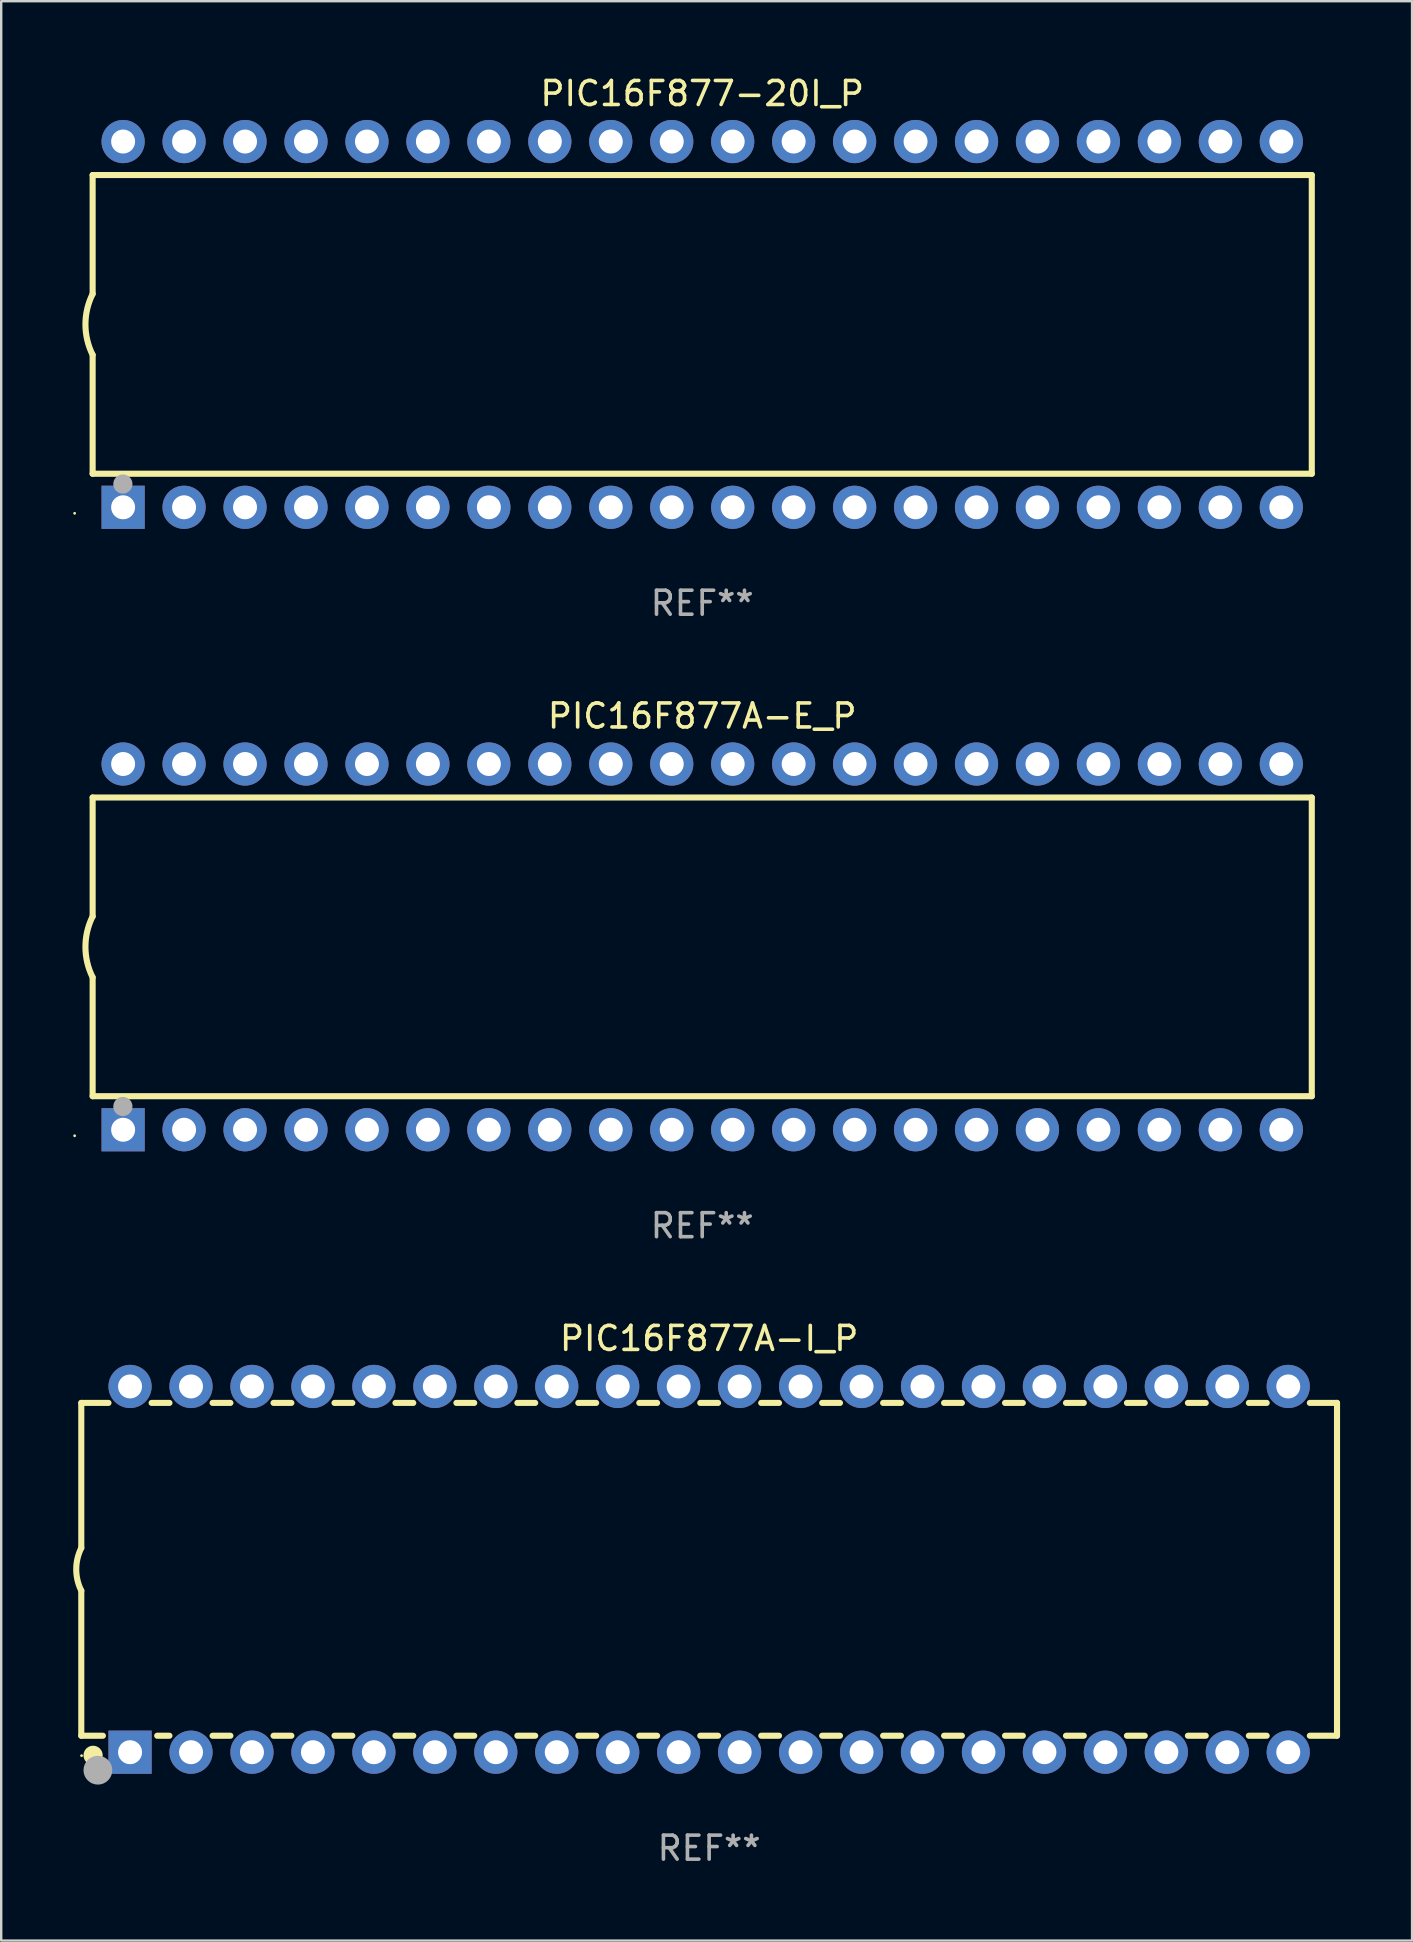
<source format=kicad_pcb>
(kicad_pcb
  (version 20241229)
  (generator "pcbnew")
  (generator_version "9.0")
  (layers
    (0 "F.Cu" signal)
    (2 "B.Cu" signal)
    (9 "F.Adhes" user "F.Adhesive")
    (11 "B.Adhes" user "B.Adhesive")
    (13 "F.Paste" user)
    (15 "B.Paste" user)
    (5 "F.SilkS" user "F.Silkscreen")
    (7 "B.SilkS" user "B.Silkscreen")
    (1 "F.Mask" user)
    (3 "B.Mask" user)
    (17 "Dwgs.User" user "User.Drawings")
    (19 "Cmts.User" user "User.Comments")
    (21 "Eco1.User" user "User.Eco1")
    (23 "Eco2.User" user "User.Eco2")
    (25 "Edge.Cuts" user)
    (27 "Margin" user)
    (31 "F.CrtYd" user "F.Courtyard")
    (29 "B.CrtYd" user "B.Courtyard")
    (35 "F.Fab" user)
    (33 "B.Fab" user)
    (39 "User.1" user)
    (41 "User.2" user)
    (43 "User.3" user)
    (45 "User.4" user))
  (footprint "PIC16F877A-I_P"
    (layer "F.Cu")
    (at 26.499 62.341)
    (property "Reference" "PIC16F877A-I_P" (at 0 -9.62 0) (layer "F.SilkS") (effects (font (size 1 1) (thickness 0.15))))
    (attr through_hole)
    (fp_line (start -26.162 -6.934) (end -26.162 -0.889) (stroke (width 0.254) (type solid)) (layer "F.SilkS"))
    (fp_line (start -26.162 -6.934) (end -25.029 -6.934) (stroke (width 0.254) (type solid)) (layer "F.SilkS"))
    (fp_line (start -26.162 6.934) (end -26.162 0.889) (stroke (width 0.254) (type solid)) (layer "F.SilkS"))
    (fp_line (start -26.162 6.934) (end -25.261 6.934) (stroke (width 0.254) (type solid)) (layer "F.SilkS"))
    (fp_line (start -23.231 -6.934) (end -22.489 -6.934) (stroke (width 0.254) (type solid)) (layer "F.SilkS"))
    (fp_line (start -22.999 6.934) (end -22.489 6.934) (stroke (width 0.254) (type solid)) (layer "F.SilkS"))
    (fp_line (start -20.691 -6.934) (end -19.949 -6.934) (stroke (width 0.254) (type solid)) (layer "F.SilkS"))
    (fp_line (start -20.691 6.934) (end -19.949 6.934) (stroke (width 0.254) (type solid)) (layer "F.SilkS"))
    (fp_line (start -18.151 -6.934) (end -17.409 -6.934) (stroke (width 0.254) (type solid)) (layer "F.SilkS"))
    (fp_line (start -18.151 6.934) (end -17.409 6.934) (stroke (width 0.254) (type solid)) (layer "F.SilkS"))
    (fp_line (start -15.611 -6.934) (end -14.869 -6.934) (stroke (width 0.254) (type solid)) (layer "F.SilkS"))
    (fp_line (start -15.611 6.934) (end -14.869 6.934) (stroke (width 0.254) (type solid)) (layer "F.SilkS"))
    (fp_line (start -13.071 -6.934) (end -12.329 -6.934) (stroke (width 0.254) (type solid)) (layer "F.SilkS"))
    (fp_line (start -13.071 6.934) (end -12.329 6.934) (stroke (width 0.254) (type solid)) (layer "F.SilkS"))
    (fp_line (start -10.531 -6.934) (end -9.789 -6.934) (stroke (width 0.254) (type solid)) (layer "F.SilkS"))
    (fp_line (start -10.531 6.934) (end -9.789 6.934) (stroke (width 0.254) (type solid)) (layer "F.SilkS"))
    (fp_line (start -7.991 -6.934) (end -7.249 -6.934) (stroke (width 0.254) (type solid)) (layer "F.SilkS"))
    (fp_line (start -7.991 6.934) (end -7.249 6.934) (stroke (width 0.254) (type solid)) (layer "F.SilkS"))
    (fp_line (start -5.451 -6.934) (end -4.709 -6.934) (stroke (width 0.254) (type solid)) (layer "F.SilkS"))
    (fp_line (start -5.451 6.934) (end -4.709 6.934) (stroke (width 0.254) (type solid)) (layer "F.SilkS"))
    (fp_line (start -2.911 -6.934) (end -2.169 -6.934) (stroke (width 0.254) (type solid)) (layer "F.SilkS"))
    (fp_line (start -2.911 6.934) (end -2.169 6.934) (stroke (width 0.254) (type solid)) (layer "F.SilkS"))
    (fp_line (start -0.371 -6.934) (end 0.371 -6.934) (stroke (width 0.254) (type solid)) (layer "F.SilkS"))
    (fp_line (start -0.371 6.934) (end 0.371 6.934) (stroke (width 0.254) (type solid)) (layer "F.SilkS"))
    (fp_line (start 2.169 -6.934) (end 2.911 -6.934) (stroke (width 0.254) (type solid)) (layer "F.SilkS"))
    (fp_line (start 2.169 6.934) (end 2.911 6.934) (stroke (width 0.254) (type solid)) (layer "F.SilkS"))
    (fp_line (start 4.709 -6.934) (end 5.451 -6.934) (stroke (width 0.254) (type solid)) (layer "F.SilkS"))
    (fp_line (start 4.709 6.934) (end 5.451 6.934) (stroke (width 0.254) (type solid)) (layer "F.SilkS"))
    (fp_line (start 7.249 -6.934) (end 7.991 -6.934) (stroke (width 0.254) (type solid)) (layer "F.SilkS"))
    (fp_line (start 7.249 6.934) (end 7.991 6.934) (stroke (width 0.254) (type solid)) (layer "F.SilkS"))
    (fp_line (start 9.789 -6.934) (end 10.531 -6.934) (stroke (width 0.254) (type solid)) (layer "F.SilkS"))
    (fp_line (start 9.789 6.934) (end 10.531 6.934) (stroke (width 0.254) (type solid)) (layer "F.SilkS"))
    (fp_line (start 12.329 -6.934) (end 13.071 -6.934) (stroke (width 0.254) (type solid)) (layer "F.SilkS"))
    (fp_line (start 12.329 6.934) (end 13.071 6.934) (stroke (width 0.254) (type solid)) (layer "F.SilkS"))
    (fp_line (start 14.869 -6.934) (end 15.611 -6.934) (stroke (width 0.254) (type solid)) (layer "F.SilkS"))
    (fp_line (start 14.869 6.934) (end 15.611 6.934) (stroke (width 0.254) (type solid)) (layer "F.SilkS"))
    (fp_line (start 17.409 -6.934) (end 18.151 -6.934) (stroke (width 0.254) (type solid)) (layer "F.SilkS"))
    (fp_line (start 17.409 6.934) (end 18.151 6.934) (stroke (width 0.254) (type solid)) (layer "F.SilkS"))
    (fp_line (start 19.949 -6.934) (end 20.691 -6.934) (stroke (width 0.254) (type solid)) (layer "F.SilkS"))
    (fp_line (start 19.949 6.934) (end 20.691 6.934) (stroke (width 0.254) (type solid)) (layer "F.SilkS"))
    (fp_line (start 22.489 -6.934) (end 23.231 -6.934) (stroke (width 0.254) (type solid)) (layer "F.SilkS"))
    (fp_line (start 22.489 6.934) (end 23.231 6.934) (stroke (width 0.254) (type solid)) (layer "F.SilkS"))
    (fp_line (start 25.029 -6.934) (end 26.162 -6.934) (stroke (width 0.254) (type solid)) (layer "F.SilkS"))
    (fp_line (start 25.029 6.934) (end 26.162 6.934) (stroke (width 0.254) (type solid)) (layer "F.SilkS"))
    (fp_line (start 26.162 -6.934) (end 26.162 6.934) (stroke (width 0.254) (type solid)) (layer "F.SilkS"))
    (fp_arc (start -26.162052 0.889001) (mid -26.371917 0) (end -26.162052 -0.889002) (stroke (width 0.254001) (type solid)) (layer "F.SilkS"))
    (fp_circle (center -26.15 7.765) (end -26.12 7.765) (stroke (width 0.06) (type solid)) (fill no) (layer "F.SilkS"))
    (fp_circle (center -25.67 7.75) (end -25.47 7.75) (stroke (width 0.4) (type solid)) (fill no) (layer "F.SilkS"))
    (fp_circle (center -25.47 8.37) (end -25.17 8.37) (stroke (width 0.6) (type solid)) (fill no) (layer "F.Fab"))
    (fp_text user "REF**" (at 0 11.62 0) (layer "F.Fab") (effects (font (size 1 1) (thickness 0.15))))
    (pad "1" thru_hole rect (at -24.13 7.62) (size 1.8 1.8) (drill 1) (layers "*.Cu" "*.Mask"))
    (pad "2" thru_hole circle (at -21.59 7.62) (size 1.8 1.8) (drill 1) (layers "*.Cu" "*.Mask"))
    (pad "3" thru_hole circle (at -19.05 7.62) (size 1.8 1.8) (drill 1) (layers "*.Cu" "*.Mask"))
    (pad "4" thru_hole circle (at -16.51 7.62) (size 1.8 1.8) (drill 1) (layers "*.Cu" "*.Mask"))
    (pad "5" thru_hole circle (at -13.97 7.62) (size 1.8 1.8) (drill 1) (layers "*.Cu" "*.Mask"))
    (pad "6" thru_hole circle (at -11.43 7.62) (size 1.8 1.8) (drill 1) (layers "*.Cu" "*.Mask"))
    (pad "7" thru_hole circle (at -8.89 7.62) (size 1.8 1.8) (drill 1) (layers "*.Cu" "*.Mask"))
    (pad "8" thru_hole circle (at -6.35 7.62) (size 1.8 1.8) (drill 1) (layers "*.Cu" "*.Mask"))
    (pad "9" thru_hole circle (at -3.81 7.62) (size 1.8 1.8) (drill 1) (layers "*.Cu" "*.Mask"))
    (pad "10" thru_hole circle (at -1.27 7.62) (size 1.8 1.8) (drill 1) (layers "*.Cu" "*.Mask"))
    (pad "11" thru_hole circle (at 1.27 7.62) (size 1.8 1.8) (drill 1) (layers "*.Cu" "*.Mask"))
    (pad "12" thru_hole circle (at 3.81 7.62) (size 1.8 1.8) (drill 1) (layers "*.Cu" "*.Mask"))
    (pad "13" thru_hole circle (at 6.35 7.62) (size 1.8 1.8) (drill 1) (layers "*.Cu" "*.Mask"))
    (pad "14" thru_hole circle (at 8.89 7.62) (size 1.8 1.8) (drill 1) (layers "*.Cu" "*.Mask"))
    (pad "15" thru_hole circle (at 11.43 7.62) (size 1.8 1.8) (drill 1) (layers "*.Cu" "*.Mask"))
    (pad "16" thru_hole circle (at 13.97 7.62) (size 1.8 1.8) (drill 1) (layers "*.Cu" "*.Mask"))
    (pad "17" thru_hole circle (at 16.51 7.62) (size 1.8 1.8) (drill 1) (layers "*.Cu" "*.Mask"))
    (pad "18" thru_hole circle (at 19.05 7.62) (size 1.8 1.8) (drill 1) (layers "*.Cu" "*.Mask"))
    (pad "19" thru_hole circle (at 21.59 7.62) (size 1.8 1.8) (drill 1) (layers "*.Cu" "*.Mask"))
    (pad "20" thru_hole circle (at 24.13 7.62) (size 1.8 1.8) (drill 1) (layers "*.Cu" "*.Mask"))
    (pad "21" thru_hole circle (at 24.13 -7.62) (size 1.8 1.8) (drill 1) (layers "*.Cu" "*.Mask"))
    (pad "22" thru_hole circle (at 21.59 -7.62) (size 1.8 1.8) (drill 1) (layers "*.Cu" "*.Mask"))
    (pad "23" thru_hole circle (at 19.05 -7.62) (size 1.8 1.8) (drill 1) (layers "*.Cu" "*.Mask"))
    (pad "24" thru_hole circle (at 16.51 -7.62) (size 1.8 1.8) (drill 1) (layers "*.Cu" "*.Mask"))
    (pad "25" thru_hole circle (at 13.97 -7.62) (size 1.8 1.8) (drill 1) (layers "*.Cu" "*.Mask"))
    (pad "26" thru_hole circle (at 11.43 -7.62) (size 1.8 1.8) (drill 1) (layers "*.Cu" "*.Mask"))
    (pad "27" thru_hole circle (at 8.89 -7.62) (size 1.8 1.8) (drill 1) (layers "*.Cu" "*.Mask"))
    (pad "28" thru_hole circle (at 6.35 -7.62) (size 1.8 1.8) (drill 1) (layers "*.Cu" "*.Mask"))
    (pad "29" thru_hole circle (at 3.81 -7.62) (size 1.8 1.8) (drill 1) (layers "*.Cu" "*.Mask"))
    (pad "30" thru_hole circle (at 1.27 -7.62) (size 1.8 1.8) (drill 1) (layers "*.Cu" "*.Mask"))
    (pad "31" thru_hole circle (at -1.27 -7.62) (size 1.8 1.8) (drill 1) (layers "*.Cu" "*.Mask"))
    (pad "32" thru_hole circle (at -3.81 -7.62) (size 1.8 1.8) (drill 1) (layers "*.Cu" "*.Mask"))
    (pad "33" thru_hole circle (at -6.35 -7.62) (size 1.8 1.8) (drill 1) (layers "*.Cu" "*.Mask"))
    (pad "34" thru_hole circle (at -8.89 -7.62) (size 1.8 1.8) (drill 1) (layers "*.Cu" "*.Mask"))
    (pad "35" thru_hole circle (at -11.43 -7.62) (size 1.8 1.8) (drill 1) (layers "*.Cu" "*.Mask"))
    (pad "36" thru_hole circle (at -13.97 -7.62) (size 1.8 1.8) (drill 1) (layers "*.Cu" "*.Mask"))
    (pad "37" thru_hole circle (at -16.51 -7.62) (size 1.8 1.8) (drill 1) (layers "*.Cu" "*.Mask"))
    (pad "38" thru_hole circle (at -19.05 -7.62) (size 1.8 1.8) (drill 1) (layers "*.Cu" "*.Mask"))
    (pad "39" thru_hole circle (at -21.59 -7.62) (size 1.8 1.8) (drill 1) (layers "*.Cu" "*.Mask"))
    (pad "40" thru_hole circle (at -24.13 -7.62) (size 1.8 1.8) (drill 1) (layers "*.Cu" "*.Mask")))
  (footprint "PIC16F877A-E_P"
    (layer "F.Cu")
    (at 26.21 36.405)
    (property "Reference" "PIC16F877A-E_P" (at 0 -9.62 0) (layer "F.SilkS") (effects (font (size 1 1) (thickness 0.15))))
    (attr through_hole)
    (fp_line (start -25.4 -6.224) (end -25.4 -1.271) (stroke (width 0.254) (type solid)) (layer "F.SilkS"))
    (fp_line (start -25.4 -6.224) (end 25.4 -6.224) (stroke (width 0.254) (type solid)) (layer "F.SilkS"))
    (fp_line (start -25.4 1.269) (end -25.4 6.222) (stroke (width 0.254) (type solid)) (layer "F.SilkS"))
    (fp_line (start -25.4 6.222) (end 25.4 6.222) (stroke (width 0.254) (type solid)) (layer "F.SilkS"))
    (fp_line (start 25.4 6.222) (end 25.4 -6.224) (stroke (width 0.254) (type solid)) (layer "F.SilkS"))
    (fp_arc (start -25.4 1.269241) (mid -25.699807 -0.000762) (end -25.4 -1.270765) (stroke (width 0.254001) (type solid)) (layer "F.SilkS"))
    (fp_circle (center -26.15 7.87) (end -26.12 7.87) (stroke (width 0.06) (type solid)) (fill no) (layer "F.SilkS"))
    (fp_circle (center -24.14 6.65) (end -23.94 6.65) (stroke (width 0.4) (type solid)) (fill no) (layer "F.Fab"))
    (fp_text user "REF**" (at 0 11.62 0) (layer "F.Fab") (effects (font (size 1 1) (thickness 0.15))))
    (pad "1" thru_hole rect (at -24.13 7.62 90) (size 1.8 1.8) (drill 1) (layers "*.Cu" "*.Mask"))
    (pad "2" thru_hole circle (at -21.59 7.62) (size 1.8 1.8) (drill 1) (layers "*.Cu" "*.Mask"))
    (pad "3" thru_hole circle (at -19.05 7.62) (size 1.8 1.8) (drill 1) (layers "*.Cu" "*.Mask"))
    (pad "4" thru_hole circle (at -16.51 7.62) (size 1.8 1.8) (drill 1) (layers "*.Cu" "*.Mask"))
    (pad "5" thru_hole circle (at -13.97 7.62) (size 1.8 1.8) (drill 1) (layers "*.Cu" "*.Mask"))
    (pad "6" thru_hole circle (at -11.43 7.62) (size 1.8 1.8) (drill 1) (layers "*.Cu" "*.Mask"))
    (pad "7" thru_hole circle (at -8.89 7.62) (size 1.8 1.8) (drill 1) (layers "*.Cu" "*.Mask"))
    (pad "8" thru_hole circle (at -6.35 7.62) (size 1.8 1.8) (drill 1) (layers "*.Cu" "*.Mask"))
    (pad "9" thru_hole circle (at -3.81 7.62) (size 1.8 1.8) (drill 1) (layers "*.Cu" "*.Mask"))
    (pad "10" thru_hole circle (at -1.27 7.62) (size 1.8 1.8) (drill 1) (layers "*.Cu" "*.Mask"))
    (pad "11" thru_hole circle (at 1.27 7.62) (size 1.8 1.8) (drill 1) (layers "*.Cu" "*.Mask"))
    (pad "12" thru_hole circle (at 3.81 7.62) (size 1.8 1.8) (drill 1) (layers "*.Cu" "*.Mask"))
    (pad "13" thru_hole circle (at 6.35 7.62) (size 1.8 1.8) (drill 1) (layers "*.Cu" "*.Mask"))
    (pad "14" thru_hole circle (at 8.89 7.62) (size 1.8 1.8) (drill 1) (layers "*.Cu" "*.Mask"))
    (pad "15" thru_hole circle (at 11.43 7.62) (size 1.8 1.8) (drill 1) (layers "*.Cu" "*.Mask"))
    (pad "16" thru_hole circle (at 13.97 7.62) (size 1.8 1.8) (drill 1) (layers "*.Cu" "*.Mask"))
    (pad "17" thru_hole circle (at 16.51 7.62) (size 1.8 1.8) (drill 1) (layers "*.Cu" "*.Mask"))
    (pad "18" thru_hole circle (at 19.05 7.62) (size 1.8 1.8) (drill 1) (layers "*.Cu" "*.Mask"))
    (pad "19" thru_hole circle (at 21.59 7.62) (size 1.8 1.8) (drill 1) (layers "*.Cu" "*.Mask"))
    (pad "20" thru_hole circle (at 24.13 7.62) (size 1.8 1.8) (drill 1) (layers "*.Cu" "*.Mask"))
    (pad "21" thru_hole circle (at 24.13 -7.62) (size 1.8 1.8) (drill 1) (layers "*.Cu" "*.Mask"))
    (pad "22" thru_hole circle (at 21.59 -7.62) (size 1.8 1.8) (drill 1) (layers "*.Cu" "*.Mask"))
    (pad "23" thru_hole circle (at 19.05 -7.62) (size 1.8 1.8) (drill 1) (layers "*.Cu" "*.Mask"))
    (pad "24" thru_hole circle (at 16.51 -7.62) (size 1.8 1.8) (drill 1) (layers "*.Cu" "*.Mask"))
    (pad "25" thru_hole circle (at 13.97 -7.62) (size 1.8 1.8) (drill 1) (layers "*.Cu" "*.Mask"))
    (pad "26" thru_hole circle (at 11.43 -7.62) (size 1.8 1.8) (drill 1) (layers "*.Cu" "*.Mask"))
    (pad "27" thru_hole circle (at 8.89 -7.62) (size 1.8 1.8) (drill 1) (layers "*.Cu" "*.Mask"))
    (pad "28" thru_hole circle (at 6.35 -7.62) (size 1.8 1.8) (drill 1) (layers "*.Cu" "*.Mask"))
    (pad "29" thru_hole circle (at 3.81 -7.62) (size 1.8 1.8) (drill 1) (layers "*.Cu" "*.Mask"))
    (pad "30" thru_hole circle (at 1.27 -7.62) (size 1.8 1.8) (drill 1) (layers "*.Cu" "*.Mask"))
    (pad "31" thru_hole circle (at -1.27 -7.62) (size 1.8 1.8) (drill 1) (layers "*.Cu" "*.Mask"))
    (pad "32" thru_hole circle (at -3.81 -7.62) (size 1.8 1.8) (drill 1) (layers "*.Cu" "*.Mask"))
    (pad "33" thru_hole circle (at -6.35 -7.62) (size 1.8 1.8) (drill 1) (layers "*.Cu" "*.Mask"))
    (pad "34" thru_hole circle (at -8.89 -7.62) (size 1.8 1.8) (drill 1) (layers "*.Cu" "*.Mask"))
    (pad "35" thru_hole circle (at -11.43 -7.62) (size 1.8 1.8) (drill 1) (layers "*.Cu" "*.Mask"))
    (pad "36" thru_hole circle (at -13.97 -7.62) (size 1.8 1.8) (drill 1) (layers "*.Cu" "*.Mask"))
    (pad "37" thru_hole circle (at -16.51 -7.62) (size 1.8 1.8) (drill 1) (layers "*.Cu" "*.Mask"))
    (pad "38" thru_hole circle (at -19.05 -7.62) (size 1.8 1.8) (drill 1) (layers "*.Cu" "*.Mask"))
    (pad "39" thru_hole circle (at -21.59 -7.62) (size 1.8 1.8) (drill 1) (layers "*.Cu" "*.Mask"))
    (pad "40" thru_hole circle (at -24.13 -7.62) (size 1.8 1.8) (drill 1) (layers "*.Cu" "*.Mask")))
  (footprint "PIC16F877-20I_P"
    (layer "F.Cu")
    (at 26.21 10.468)
    (property "Reference" "PIC16F877-20I_P" (at 0 -9.62 0) (layer "F.SilkS") (effects (font (size 1 1) (thickness 0.15))))
    (attr through_hole)
    (fp_line (start -25.4 -6.224) (end -25.4 -1.271) (stroke (width 0.254) (type solid)) (layer "F.SilkS"))
    (fp_line (start -25.4 -6.224) (end 25.4 -6.224) (stroke (width 0.254) (type solid)) (layer "F.SilkS"))
    (fp_line (start -25.4 1.269) (end -25.4 6.222) (stroke (width 0.254) (type solid)) (layer "F.SilkS"))
    (fp_line (start -25.4 6.222) (end 25.4 6.222) (stroke (width 0.254) (type solid)) (layer "F.SilkS"))
    (fp_line (start 25.4 6.222) (end 25.4 -6.224) (stroke (width 0.254) (type solid)) (layer "F.SilkS"))
    (fp_arc (start -25.4 1.269241) (mid -25.699807 -0.000762) (end -25.4 -1.270765) (stroke (width 0.254001) (type solid)) (layer "F.SilkS"))
    (fp_circle (center -26.15 7.87) (end -26.12 7.87) (stroke (width 0.06) (type solid)) (fill no) (layer "F.SilkS"))
    (fp_circle (center -24.14 6.65) (end -23.94 6.65) (stroke (width 0.4) (type solid)) (fill no) (layer "F.Fab"))
    (fp_text user "REF**" (at 0 11.62 0) (layer "F.Fab") (effects (font (size 1 1) (thickness 0.15))))
    (pad "1" thru_hole rect (at -24.13 7.62 90) (size 1.8 1.8) (drill 1) (layers "*.Cu" "*.Mask"))
    (pad "2" thru_hole circle (at -21.59 7.62) (size 1.8 1.8) (drill 1) (layers "*.Cu" "*.Mask"))
    (pad "3" thru_hole circle (at -19.05 7.62) (size 1.8 1.8) (drill 1) (layers "*.Cu" "*.Mask"))
    (pad "4" thru_hole circle (at -16.51 7.62) (size 1.8 1.8) (drill 1) (layers "*.Cu" "*.Mask"))
    (pad "5" thru_hole circle (at -13.97 7.62) (size 1.8 1.8) (drill 1) (layers "*.Cu" "*.Mask"))
    (pad "6" thru_hole circle (at -11.43 7.62) (size 1.8 1.8) (drill 1) (layers "*.Cu" "*.Mask"))
    (pad "7" thru_hole circle (at -8.89 7.62) (size 1.8 1.8) (drill 1) (layers "*.Cu" "*.Mask"))
    (pad "8" thru_hole circle (at -6.35 7.62) (size 1.8 1.8) (drill 1) (layers "*.Cu" "*.Mask"))
    (pad "9" thru_hole circle (at -3.81 7.62) (size 1.8 1.8) (drill 1) (layers "*.Cu" "*.Mask"))
    (pad "10" thru_hole circle (at -1.27 7.62) (size 1.8 1.8) (drill 1) (layers "*.Cu" "*.Mask"))
    (pad "11" thru_hole circle (at 1.27 7.62) (size 1.8 1.8) (drill 1) (layers "*.Cu" "*.Mask"))
    (pad "12" thru_hole circle (at 3.81 7.62) (size 1.8 1.8) (drill 1) (layers "*.Cu" "*.Mask"))
    (pad "13" thru_hole circle (at 6.35 7.62) (size 1.8 1.8) (drill 1) (layers "*.Cu" "*.Mask"))
    (pad "14" thru_hole circle (at 8.89 7.62) (size 1.8 1.8) (drill 1) (layers "*.Cu" "*.Mask"))
    (pad "15" thru_hole circle (at 11.43 7.62) (size 1.8 1.8) (drill 1) (layers "*.Cu" "*.Mask"))
    (pad "16" thru_hole circle (at 13.97 7.62) (size 1.8 1.8) (drill 1) (layers "*.Cu" "*.Mask"))
    (pad "17" thru_hole circle (at 16.51 7.62) (size 1.8 1.8) (drill 1) (layers "*.Cu" "*.Mask"))
    (pad "18" thru_hole circle (at 19.05 7.62) (size 1.8 1.8) (drill 1) (layers "*.Cu" "*.Mask"))
    (pad "19" thru_hole circle (at 21.59 7.62) (size 1.8 1.8) (drill 1) (layers "*.Cu" "*.Mask"))
    (pad "20" thru_hole circle (at 24.13 7.62) (size 1.8 1.8) (drill 1) (layers "*.Cu" "*.Mask"))
    (pad "21" thru_hole circle (at 24.13 -7.62) (size 1.8 1.8) (drill 1) (layers "*.Cu" "*.Mask"))
    (pad "22" thru_hole circle (at 21.59 -7.62) (size 1.8 1.8) (drill 1) (layers "*.Cu" "*.Mask"))
    (pad "23" thru_hole circle (at 19.05 -7.62) (size 1.8 1.8) (drill 1) (layers "*.Cu" "*.Mask"))
    (pad "24" thru_hole circle (at 16.51 -7.62) (size 1.8 1.8) (drill 1) (layers "*.Cu" "*.Mask"))
    (pad "25" thru_hole circle (at 13.97 -7.62) (size 1.8 1.8) (drill 1) (layers "*.Cu" "*.Mask"))
    (pad "26" thru_hole circle (at 11.43 -7.62) (size 1.8 1.8) (drill 1) (layers "*.Cu" "*.Mask"))
    (pad "27" thru_hole circle (at 8.89 -7.62) (size 1.8 1.8) (drill 1) (layers "*.Cu" "*.Mask"))
    (pad "28" thru_hole circle (at 6.35 -7.62) (size 1.8 1.8) (drill 1) (layers "*.Cu" "*.Mask"))
    (pad "29" thru_hole circle (at 3.81 -7.62) (size 1.8 1.8) (drill 1) (layers "*.Cu" "*.Mask"))
    (pad "30" thru_hole circle (at 1.27 -7.62) (size 1.8 1.8) (drill 1) (layers "*.Cu" "*.Mask"))
    (pad "31" thru_hole circle (at -1.27 -7.62) (size 1.8 1.8) (drill 1) (layers "*.Cu" "*.Mask"))
    (pad "32" thru_hole circle (at -3.81 -7.62) (size 1.8 1.8) (drill 1) (layers "*.Cu" "*.Mask"))
    (pad "33" thru_hole circle (at -6.35 -7.62) (size 1.8 1.8) (drill 1) (layers "*.Cu" "*.Mask"))
    (pad "34" thru_hole circle (at -8.89 -7.62) (size 1.8 1.8) (drill 1) (layers "*.Cu" "*.Mask"))
    (pad "35" thru_hole circle (at -11.43 -7.62) (size 1.8 1.8) (drill 1) (layers "*.Cu" "*.Mask"))
    (pad "36" thru_hole circle (at -13.97 -7.62) (size 1.8 1.8) (drill 1) (layers "*.Cu" "*.Mask"))
    (pad "37" thru_hole circle (at -16.51 -7.62) (size 1.8 1.8) (drill 1) (layers "*.Cu" "*.Mask"))
    (pad "38" thru_hole circle (at -19.05 -7.62) (size 1.8 1.8) (drill 1) (layers "*.Cu" "*.Mask"))
    (pad "39" thru_hole circle (at -21.59 -7.62) (size 1.8 1.8) (drill 1) (layers "*.Cu" "*.Mask"))
    (pad "40" thru_hole circle (at -24.13 -7.62) (size 1.8 1.8) (drill 1) (layers "*.Cu" "*.Mask")))
  (gr_rect
    (start -3 -3)
    (end 55.788 77.81)
    (stroke (width 0.1) (type default))
    (fill no)
    (layer "Edge.Cuts")))
</source>
